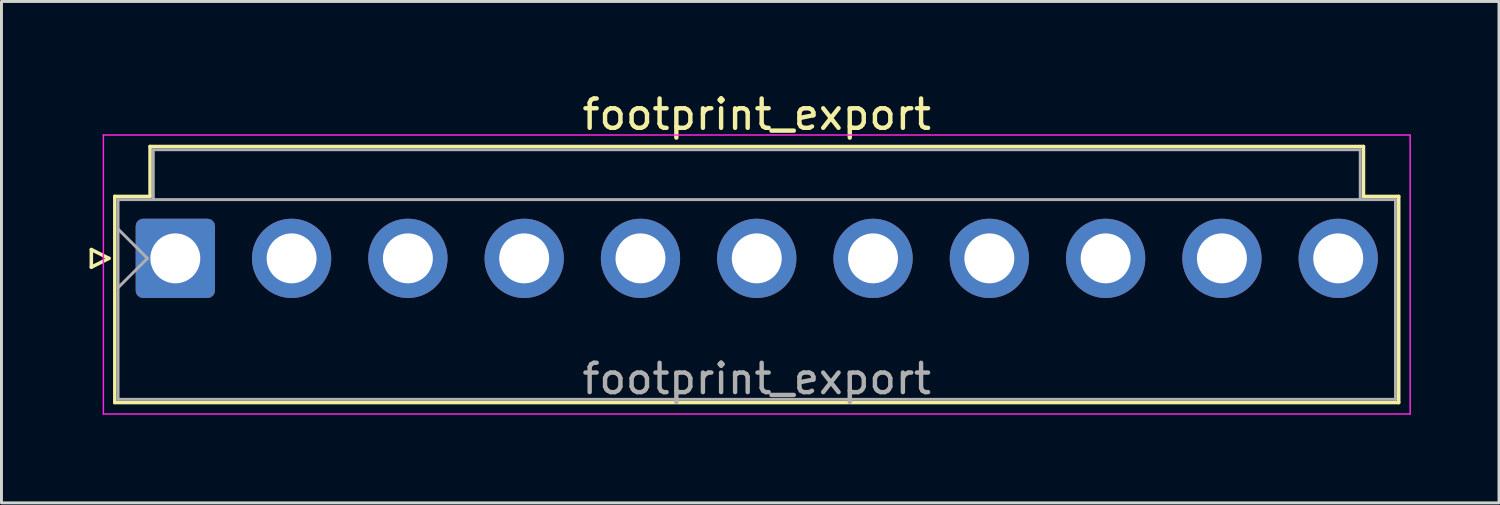
<source format=kicad_pcb>
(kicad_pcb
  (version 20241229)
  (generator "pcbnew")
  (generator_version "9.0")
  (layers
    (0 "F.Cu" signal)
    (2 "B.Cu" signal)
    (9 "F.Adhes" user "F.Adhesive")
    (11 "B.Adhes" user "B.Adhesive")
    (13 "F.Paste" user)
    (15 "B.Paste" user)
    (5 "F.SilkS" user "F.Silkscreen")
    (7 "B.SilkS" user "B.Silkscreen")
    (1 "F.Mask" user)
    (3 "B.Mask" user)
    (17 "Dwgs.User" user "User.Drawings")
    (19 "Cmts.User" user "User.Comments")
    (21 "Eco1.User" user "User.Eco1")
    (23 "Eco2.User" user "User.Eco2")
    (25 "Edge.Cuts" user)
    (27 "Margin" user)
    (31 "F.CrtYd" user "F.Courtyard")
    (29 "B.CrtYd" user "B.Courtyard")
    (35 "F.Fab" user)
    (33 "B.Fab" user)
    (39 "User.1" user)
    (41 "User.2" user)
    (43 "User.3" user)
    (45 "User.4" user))
  (footprint "footprint_export"
    (layer "F.Cu")
    (at 2.92 5.748)
    (property "Reference" "footprint_export" (at 19.8 -4.9 0) (layer "F.SilkS") (effects (font (size 1 1) (thickness 0.15))))
    (attr through_hole)
    (fp_line (start -2.86 -0.3) (end -2.26 0) (stroke (width 0.12) (type solid)) (layer "F.SilkS"))
    (fp_line (start -2.86 0.3) (end -2.86 -0.3) (stroke (width 0.12) (type solid)) (layer "F.SilkS"))
    (fp_line (start -2.26 0) (end -2.86 0.3) (stroke (width 0.12) (type solid)) (layer "F.SilkS"))
    (fp_line (start -2.06 -2.11) (end -0.86 -2.11) (stroke (width 0.12) (type solid)) (layer "F.SilkS"))
    (fp_line (start -2.06 4.91) (end -2.06 -2.11) (stroke (width 0.12) (type solid)) (layer "F.SilkS"))
    (fp_line (start -0.86 -3.81) (end 40.46 -3.81) (stroke (width 0.12) (type solid)) (layer "F.SilkS"))
    (fp_line (start -0.86 -2.11) (end -0.86 -3.81) (stroke (width 0.12) (type solid)) (layer "F.SilkS"))
    (fp_line (start 40.46 -3.81) (end 40.46 -2.11) (stroke (width 0.12) (type solid)) (layer "F.SilkS"))
    (fp_line (start 40.46 -2.11) (end 41.66 -2.11) (stroke (width 0.12) (type solid)) (layer "F.SilkS"))
    (fp_line (start 41.66 -2.11) (end 41.66 4.91) (stroke (width 0.12) (type solid)) (layer "F.SilkS"))
    (fp_line (start 41.66 4.91) (end -2.06 4.91) (stroke (width 0.12) (type solid)) (layer "F.SilkS"))
    (fp_line (start -2.45 -4.2) (end -2.45 5.3) (stroke (width 0.05) (type solid)) (layer "F.CrtYd"))
    (fp_line (start -2.45 5.3) (end 42.05 5.3) (stroke (width 0.05) (type solid)) (layer "F.CrtYd"))
    (fp_line (start 42.05 -4.2) (end -2.45 -4.2) (stroke (width 0.05) (type solid)) (layer "F.CrtYd"))
    (fp_line (start 42.05 5.3) (end 42.05 -4.2) (stroke (width 0.05) (type solid)) (layer "F.CrtYd"))
    (fp_line (start -1.95 -2) (end -1.95 4.8) (stroke (width 0.1) (type solid)) (layer "F.Fab"))
    (fp_line (start -1.95 -1) (end -0.95 0) (stroke (width 0.1) (type solid)) (layer "F.Fab"))
    (fp_line (start -1.95 1) (end -0.95 0) (stroke (width 0.1) (type solid)) (layer "F.Fab"))
    (fp_line (start -1.95 4.8) (end 41.55 4.8) (stroke (width 0.1) (type solid)) (layer "F.Fab"))
    (fp_line (start -0.75 -3.7) (end 40.35 -3.7) (stroke (width 0.1) (type solid)) (layer "F.Fab"))
    (fp_line (start -0.75 -2) (end -0.75 -3.7) (stroke (width 0.1) (type solid)) (layer "F.Fab"))
    (fp_line (start 40.35 -3.7) (end 40.35 -2) (stroke (width 0.1) (type solid)) (layer "F.Fab"))
    (fp_line (start 41.55 -2) (end -1.95 -2) (stroke (width 0.1) (type solid)) (layer "F.Fab"))
    (fp_line (start 41.55 4.8) (end 41.55 -2) (stroke (width 0.1) (type solid)) (layer "F.Fab"))
    (fp_text user "${REFERENCE}" (at 19.8 4.1 0) (layer "F.Fab") (effects (font (size 1 1) (thickness 0.15))))
    (pad "1" thru_hole roundrect (at 0 0) (size 2.7 2.7) (drill 1.7) (layers "*.Cu" "*.Mask") (roundrect_rratio 0.093))
    (pad "2" thru_hole circle (at 3.96 0) (size 2.7 2.7) (drill 1.7) (layers "*.Cu" "*.Mask"))
    (pad "3" thru_hole circle (at 7.92 0) (size 2.7 2.7) (drill 1.7) (layers "*.Cu" "*.Mask"))
    (pad "4" thru_hole circle (at 11.88 0) (size 2.7 2.7) (drill 1.7) (layers "*.Cu" "*.Mask"))
    (pad "5" thru_hole circle (at 15.84 0) (size 2.7 2.7) (drill 1.7) (layers "*.Cu" "*.Mask"))
    (pad "6" thru_hole circle (at 19.8 0) (size 2.7 2.7) (drill 1.7) (layers "*.Cu" "*.Mask"))
    (pad "7" thru_hole circle (at 23.76 0) (size 2.7 2.7) (drill 1.7) (layers "*.Cu" "*.Mask"))
    (pad "8" thru_hole circle (at 27.72 0) (size 2.7 2.7) (drill 1.7) (layers "*.Cu" "*.Mask"))
    (pad "9" thru_hole circle (at 31.68 0) (size 2.7 2.7) (drill 1.7) (layers "*.Cu" "*.Mask"))
    (pad "10" thru_hole circle (at 35.64 0) (size 2.7 2.7) (drill 1.7) (layers "*.Cu" "*.Mask"))
    (pad "11" thru_hole circle (at 39.6 0) (size 2.7 2.7) (drill 1.7) (layers "*.Cu" "*.Mask")))
  (gr_rect
    (start -3 -3)
    (end 47.995 14.073)
    (stroke (width 0.1) (type default))
    (fill no)
    (layer "Edge.Cuts")))
</source>
